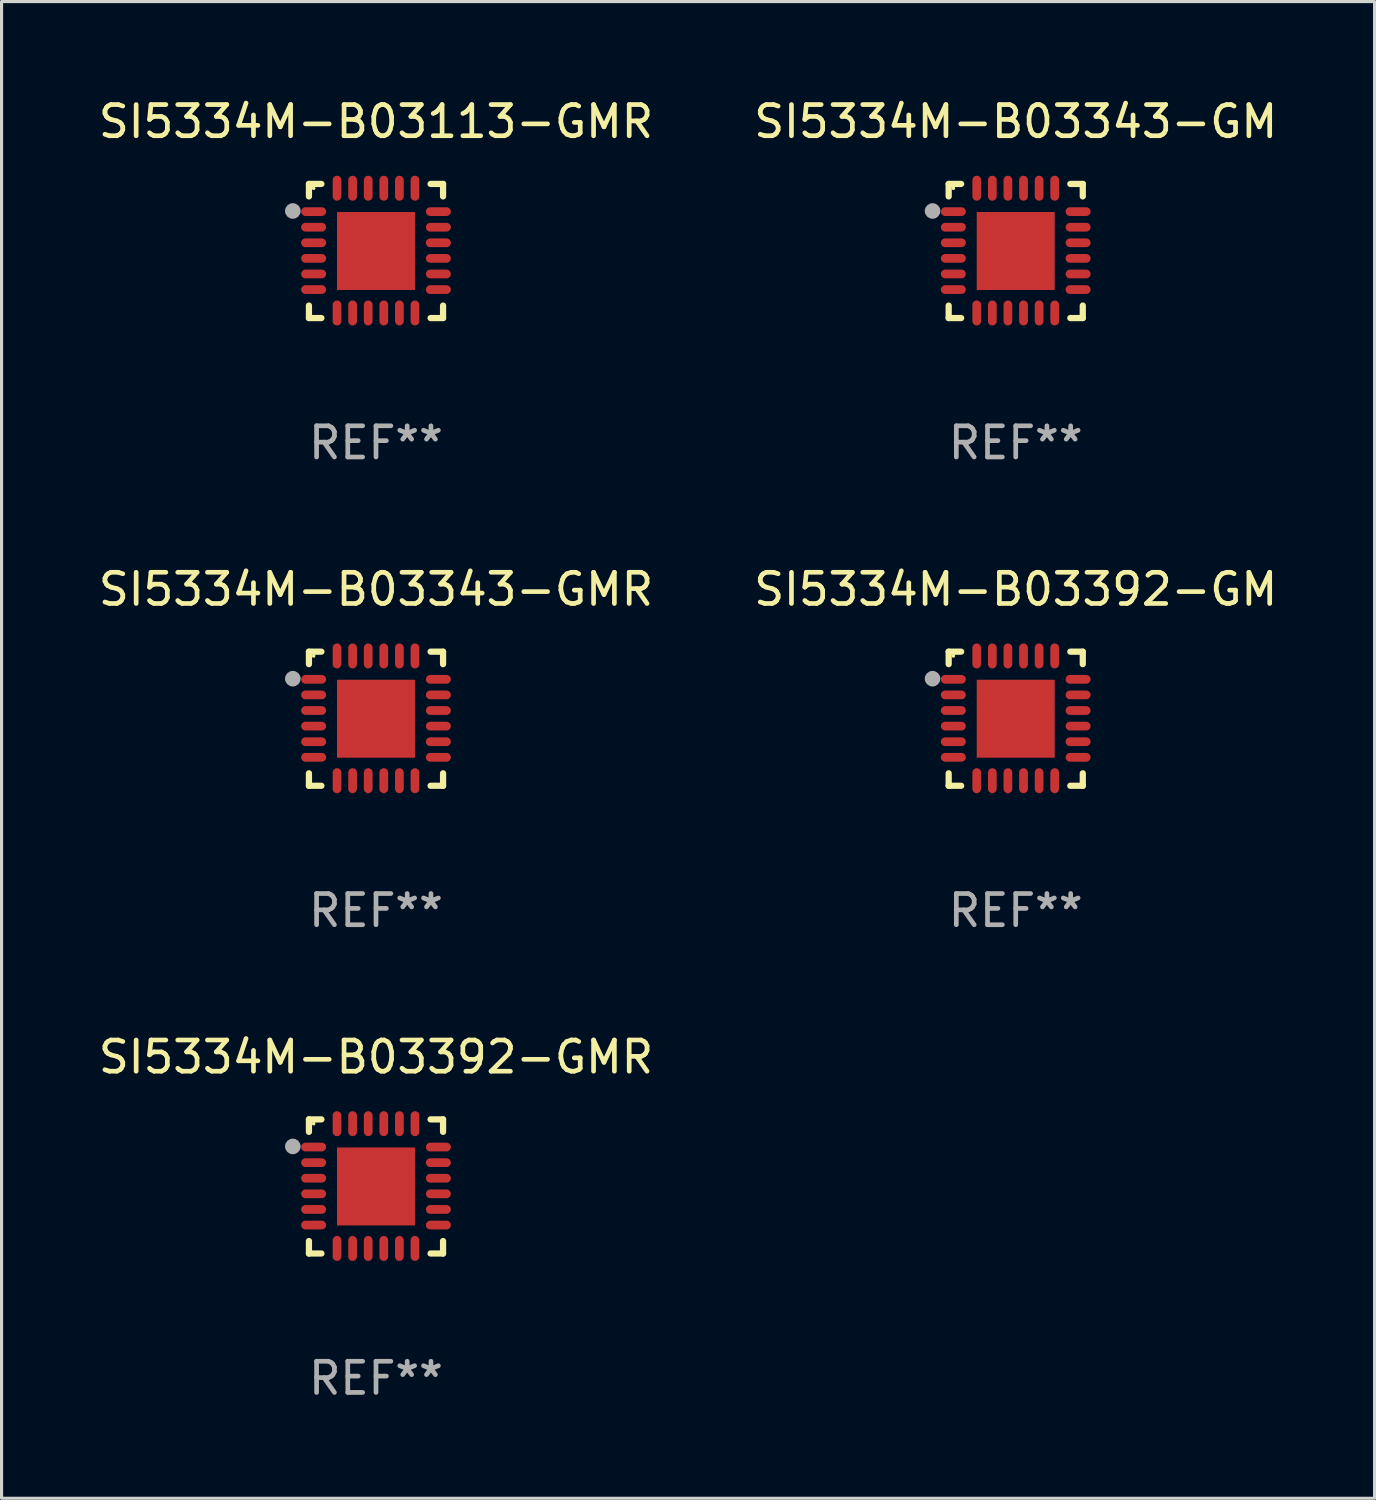
<source format=kicad_pcb>
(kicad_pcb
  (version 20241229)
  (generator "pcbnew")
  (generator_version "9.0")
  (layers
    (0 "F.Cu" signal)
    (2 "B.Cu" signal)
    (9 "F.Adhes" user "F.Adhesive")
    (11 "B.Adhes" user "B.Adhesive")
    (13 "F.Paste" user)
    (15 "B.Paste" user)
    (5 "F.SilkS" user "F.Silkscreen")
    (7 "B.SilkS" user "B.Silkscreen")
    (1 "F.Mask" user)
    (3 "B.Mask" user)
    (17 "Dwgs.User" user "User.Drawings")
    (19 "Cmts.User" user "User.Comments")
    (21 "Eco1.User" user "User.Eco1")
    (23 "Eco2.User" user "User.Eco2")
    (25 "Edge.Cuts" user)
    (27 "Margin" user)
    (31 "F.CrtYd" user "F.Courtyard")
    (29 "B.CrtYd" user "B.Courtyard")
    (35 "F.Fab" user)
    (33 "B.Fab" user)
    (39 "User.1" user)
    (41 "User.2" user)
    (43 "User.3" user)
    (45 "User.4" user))
  (footprint "SI5334M-B03113-GMR"
    (layer "F.Cu")
    (at 9.006 4.998)
    (property "Reference" "SI5334M-B03113-GMR" (at 0 -4.15 0) (layer "F.SilkS") (effects (font (size 1 1) (thickness 0.15))))
    (attr through_hole)
    (fp_line (start -2.15 -2.15) (end -1.75 -2.15) (stroke (width 0.2) (type solid)) (layer "F.SilkS"))
    (fp_line (start -2.15 -1.75) (end -2.15 -2.15) (stroke (width 0.2) (type solid)) (layer "F.SilkS"))
    (fp_line (start -2.15 2.15) (end -2.15 1.75) (stroke (width 0.2) (type solid)) (layer "F.SilkS"))
    (fp_line (start -1.75 2.15) (end -2.15 2.15) (stroke (width 0.2) (type solid)) (layer "F.SilkS"))
    (fp_line (start 1.75 -2.15) (end 2.15 -2.15) (stroke (width 0.2) (type solid)) (layer "F.SilkS"))
    (fp_line (start 1.75 2.15) (end 2.15 2.15) (stroke (width 0.2) (type solid)) (layer "F.SilkS"))
    (fp_line (start 2.15 -2.15) (end 2.15 -1.75) (stroke (width 0.2) (type solid)) (layer "F.SilkS"))
    (fp_line (start 2.15 2.15) (end 2.15 1.75) (stroke (width 0.2) (type solid)) (layer "F.SilkS"))
    (fp_circle (center -2 -2.013) (end -1.97 -2.013) (stroke (width 0.06) (type solid)) (fill no) (layer "F.SilkS"))
    (fp_circle (center -2.667 -1.283) (end -2.542 -1.283) (stroke (width 0.25) (type solid)) (fill no) (layer "F.Fab"))
    (fp_text user "REF**" (at 0 6.15 0) (layer "F.Fab") (effects (font (size 1 1) (thickness 0.15))))
    (pad "1" smd oval (at -2 -1.263) (size 0.8 0.28) (layers "F.Cu" "F.Mask" "F.Paste"))
    (pad "2" smd oval (at -2 -0.763) (size 0.8 0.28) (layers "F.Cu" "F.Mask" "F.Paste"))
    (pad "3" smd oval (at -2 -0.263) (size 0.8 0.28) (layers "F.Cu" "F.Mask" "F.Paste"))
    (pad "4" smd oval (at -2 0.237) (size 0.8 0.28) (layers "F.Cu" "F.Mask" "F.Paste"))
    (pad "5" smd oval (at -2 0.737) (size 0.8 0.28) (layers "F.Cu" "F.Mask" "F.Paste"))
    (pad "6" smd oval (at -2 1.237) (size 0.8 0.28) (layers "F.Cu" "F.Mask" "F.Paste"))
    (pad "7" smd oval (at -1.25 1.987) (size 0.28 0.8) (layers "F.Cu" "F.Mask" "F.Paste"))
    (pad "8" smd oval (at -0.75 1.987) (size 0.28 0.8) (layers "F.Cu" "F.Mask" "F.Paste"))
    (pad "9" smd oval (at -0.25 1.987) (size 0.28 0.8) (layers "F.Cu" "F.Mask" "F.Paste"))
    (pad "10" smd oval (at 0.25 1.987) (size 0.28 0.8) (layers "F.Cu" "F.Mask" "F.Paste"))
    (pad "11" smd oval (at 0.75 1.987) (size 0.28 0.8) (layers "F.Cu" "F.Mask" "F.Paste"))
    (pad "12" smd oval (at 1.25 1.987) (size 0.28 0.8) (layers "F.Cu" "F.Mask" "F.Paste"))
    (pad "13" smd oval (at 2 1.237) (size 0.8 0.28) (layers "F.Cu" "F.Mask" "F.Paste"))
    (pad "14" smd oval (at 2 0.737) (size 0.8 0.28) (layers "F.Cu" "F.Mask" "F.Paste"))
    (pad "15" smd oval (at 2 0.237) (size 0.8 0.28) (layers "F.Cu" "F.Mask" "F.Paste"))
    (pad "16" smd oval (at 2 -0.263) (size 0.8 0.28) (layers "F.Cu" "F.Mask" "F.Paste"))
    (pad "17" smd oval (at 2 -0.763) (size 0.8 0.28) (layers "F.Cu" "F.Mask" "F.Paste"))
    (pad "18" smd oval (at 2 -1.263) (size 0.8 0.28) (layers "F.Cu" "F.Mask" "F.Paste"))
    (pad "19" smd oval (at 1.25 -2.013) (size 0.28 0.8) (layers "F.Cu" "F.Mask" "F.Paste"))
    (pad "20" smd oval (at 0.75 -2.013) (size 0.28 0.8) (layers "F.Cu" "F.Mask" "F.Paste"))
    (pad "21" smd oval (at 0.25 -2.013) (size 0.28 0.8) (layers "F.Cu" "F.Mask" "F.Paste"))
    (pad "22" smd oval (at -0.25 -2.013) (size 0.28 0.8) (layers "F.Cu" "F.Mask" "F.Paste"))
    (pad "23" smd oval (at -0.75 -2.013) (size 0.28 0.8) (layers "F.Cu" "F.Mask" "F.Paste"))
    (pad "24" smd oval (at -1.25 -2.013) (size 0.28 0.8) (layers "F.Cu" "F.Mask" "F.Paste"))
    (pad "25" smd rect (at -0.000127 -0.00014) (size 2.5 2.5) (layers "F.Cu" "F.Mask" "F.Paste")))
  (footprint "SI5334M-B03343-GM"
    (layer "F.Cu")
    (at 29.518 4.998)
    (property "Reference" "SI5334M-B03343-GM" (at 0 -4.15 0) (layer "F.SilkS") (effects (font (size 1 1) (thickness 0.15))))
    (attr through_hole)
    (fp_line (start -2.15 -2.15) (end -1.75 -2.15) (stroke (width 0.2) (type solid)) (layer "F.SilkS"))
    (fp_line (start -2.15 -1.75) (end -2.15 -2.15) (stroke (width 0.2) (type solid)) (layer "F.SilkS"))
    (fp_line (start -2.15 2.15) (end -2.15 1.75) (stroke (width 0.2) (type solid)) (layer "F.SilkS"))
    (fp_line (start -1.75 2.15) (end -2.15 2.15) (stroke (width 0.2) (type solid)) (layer "F.SilkS"))
    (fp_line (start 1.75 -2.15) (end 2.15 -2.15) (stroke (width 0.2) (type solid)) (layer "F.SilkS"))
    (fp_line (start 1.75 2.15) (end 2.15 2.15) (stroke (width 0.2) (type solid)) (layer "F.SilkS"))
    (fp_line (start 2.15 -2.15) (end 2.15 -1.75) (stroke (width 0.2) (type solid)) (layer "F.SilkS"))
    (fp_line (start 2.15 2.15) (end 2.15 1.75) (stroke (width 0.2) (type solid)) (layer "F.SilkS"))
    (fp_circle (center -2 -2.013) (end -1.97 -2.013) (stroke (width 0.06) (type solid)) (fill no) (layer "F.SilkS"))
    (fp_circle (center -2.667 -1.283) (end -2.542 -1.283) (stroke (width 0.25) (type solid)) (fill no) (layer "F.Fab"))
    (fp_text user "REF**" (at 0 6.15 0) (layer "F.Fab") (effects (font (size 1 1) (thickness 0.15))))
    (pad "1" smd oval (at -2 -1.263) (size 0.8 0.28) (layers "F.Cu" "F.Mask" "F.Paste"))
    (pad "2" smd oval (at -2 -0.763) (size 0.8 0.28) (layers "F.Cu" "F.Mask" "F.Paste"))
    (pad "3" smd oval (at -2 -0.263) (size 0.8 0.28) (layers "F.Cu" "F.Mask" "F.Paste"))
    (pad "4" smd oval (at -2 0.237) (size 0.8 0.28) (layers "F.Cu" "F.Mask" "F.Paste"))
    (pad "5" smd oval (at -2 0.737) (size 0.8 0.28) (layers "F.Cu" "F.Mask" "F.Paste"))
    (pad "6" smd oval (at -2 1.237) (size 0.8 0.28) (layers "F.Cu" "F.Mask" "F.Paste"))
    (pad "7" smd oval (at -1.25 1.987) (size 0.28 0.8) (layers "F.Cu" "F.Mask" "F.Paste"))
    (pad "8" smd oval (at -0.75 1.987) (size 0.28 0.8) (layers "F.Cu" "F.Mask" "F.Paste"))
    (pad "9" smd oval (at -0.25 1.987) (size 0.28 0.8) (layers "F.Cu" "F.Mask" "F.Paste"))
    (pad "10" smd oval (at 0.25 1.987) (size 0.28 0.8) (layers "F.Cu" "F.Mask" "F.Paste"))
    (pad "11" smd oval (at 0.75 1.987) (size 0.28 0.8) (layers "F.Cu" "F.Mask" "F.Paste"))
    (pad "12" smd oval (at 1.25 1.987) (size 0.28 0.8) (layers "F.Cu" "F.Mask" "F.Paste"))
    (pad "13" smd oval (at 2 1.237) (size 0.8 0.28) (layers "F.Cu" "F.Mask" "F.Paste"))
    (pad "14" smd oval (at 2 0.737) (size 0.8 0.28) (layers "F.Cu" "F.Mask" "F.Paste"))
    (pad "15" smd oval (at 2 0.237) (size 0.8 0.28) (layers "F.Cu" "F.Mask" "F.Paste"))
    (pad "16" smd oval (at 2 -0.263) (size 0.8 0.28) (layers "F.Cu" "F.Mask" "F.Paste"))
    (pad "17" smd oval (at 2 -0.763) (size 0.8 0.28) (layers "F.Cu" "F.Mask" "F.Paste"))
    (pad "18" smd oval (at 2 -1.263) (size 0.8 0.28) (layers "F.Cu" "F.Mask" "F.Paste"))
    (pad "19" smd oval (at 1.25 -2.013) (size 0.28 0.8) (layers "F.Cu" "F.Mask" "F.Paste"))
    (pad "20" smd oval (at 0.75 -2.013) (size 0.28 0.8) (layers "F.Cu" "F.Mask" "F.Paste"))
    (pad "21" smd oval (at 0.25 -2.013) (size 0.28 0.8) (layers "F.Cu" "F.Mask" "F.Paste"))
    (pad "22" smd oval (at -0.25 -2.013) (size 0.28 0.8) (layers "F.Cu" "F.Mask" "F.Paste"))
    (pad "23" smd oval (at -0.75 -2.013) (size 0.28 0.8) (layers "F.Cu" "F.Mask" "F.Paste"))
    (pad "24" smd oval (at -1.25 -2.013) (size 0.28 0.8) (layers "F.Cu" "F.Mask" "F.Paste"))
    (pad "25" smd rect (at -0.000127 -0.00014) (size 2.5 2.5) (layers "F.Cu" "F.Mask" "F.Paste")))
  (footprint "SI5334M-B03343-GMR"
    (layer "F.Cu")
    (at 9.006 19.995)
    (property "Reference" "SI5334M-B03343-GMR" (at 0 -4.15 0) (layer "F.SilkS") (effects (font (size 1 1) (thickness 0.15))))
    (attr through_hole)
    (fp_line (start -2.15 -2.15) (end -1.75 -2.15) (stroke (width 0.2) (type solid)) (layer "F.SilkS"))
    (fp_line (start -2.15 -1.75) (end -2.15 -2.15) (stroke (width 0.2) (type solid)) (layer "F.SilkS"))
    (fp_line (start -2.15 2.15) (end -2.15 1.75) (stroke (width 0.2) (type solid)) (layer "F.SilkS"))
    (fp_line (start -1.75 2.15) (end -2.15 2.15) (stroke (width 0.2) (type solid)) (layer "F.SilkS"))
    (fp_line (start 1.75 -2.15) (end 2.15 -2.15) (stroke (width 0.2) (type solid)) (layer "F.SilkS"))
    (fp_line (start 1.75 2.15) (end 2.15 2.15) (stroke (width 0.2) (type solid)) (layer "F.SilkS"))
    (fp_line (start 2.15 -2.15) (end 2.15 -1.75) (stroke (width 0.2) (type solid)) (layer "F.SilkS"))
    (fp_line (start 2.15 2.15) (end 2.15 1.75) (stroke (width 0.2) (type solid)) (layer "F.SilkS"))
    (fp_circle (center -2 -2.013) (end -1.97 -2.013) (stroke (width 0.06) (type solid)) (fill no) (layer "F.SilkS"))
    (fp_circle (center -2.667 -1.283) (end -2.542 -1.283) (stroke (width 0.25) (type solid)) (fill no) (layer "F.Fab"))
    (fp_text user "REF**" (at 0 6.15 0) (layer "F.Fab") (effects (font (size 1 1) (thickness 0.15))))
    (pad "1" smd oval (at -2 -1.263) (size 0.8 0.28) (layers "F.Cu" "F.Mask" "F.Paste"))
    (pad "2" smd oval (at -2 -0.763) (size 0.8 0.28) (layers "F.Cu" "F.Mask" "F.Paste"))
    (pad "3" smd oval (at -2 -0.263) (size 0.8 0.28) (layers "F.Cu" "F.Mask" "F.Paste"))
    (pad "4" smd oval (at -2 0.237) (size 0.8 0.28) (layers "F.Cu" "F.Mask" "F.Paste"))
    (pad "5" smd oval (at -2 0.737) (size 0.8 0.28) (layers "F.Cu" "F.Mask" "F.Paste"))
    (pad "6" smd oval (at -2 1.237) (size 0.8 0.28) (layers "F.Cu" "F.Mask" "F.Paste"))
    (pad "7" smd oval (at -1.25 1.987) (size 0.28 0.8) (layers "F.Cu" "F.Mask" "F.Paste"))
    (pad "8" smd oval (at -0.75 1.987) (size 0.28 0.8) (layers "F.Cu" "F.Mask" "F.Paste"))
    (pad "9" smd oval (at -0.25 1.987) (size 0.28 0.8) (layers "F.Cu" "F.Mask" "F.Paste"))
    (pad "10" smd oval (at 0.25 1.987) (size 0.28 0.8) (layers "F.Cu" "F.Mask" "F.Paste"))
    (pad "11" smd oval (at 0.75 1.987) (size 0.28 0.8) (layers "F.Cu" "F.Mask" "F.Paste"))
    (pad "12" smd oval (at 1.25 1.987) (size 0.28 0.8) (layers "F.Cu" "F.Mask" "F.Paste"))
    (pad "13" smd oval (at 2 1.237) (size 0.8 0.28) (layers "F.Cu" "F.Mask" "F.Paste"))
    (pad "14" smd oval (at 2 0.737) (size 0.8 0.28) (layers "F.Cu" "F.Mask" "F.Paste"))
    (pad "15" smd oval (at 2 0.237) (size 0.8 0.28) (layers "F.Cu" "F.Mask" "F.Paste"))
    (pad "16" smd oval (at 2 -0.263) (size 0.8 0.28) (layers "F.Cu" "F.Mask" "F.Paste"))
    (pad "17" smd oval (at 2 -0.763) (size 0.8 0.28) (layers "F.Cu" "F.Mask" "F.Paste"))
    (pad "18" smd oval (at 2 -1.263) (size 0.8 0.28) (layers "F.Cu" "F.Mask" "F.Paste"))
    (pad "19" smd oval (at 1.25 -2.013) (size 0.28 0.8) (layers "F.Cu" "F.Mask" "F.Paste"))
    (pad "20" smd oval (at 0.75 -2.013) (size 0.28 0.8) (layers "F.Cu" "F.Mask" "F.Paste"))
    (pad "21" smd oval (at 0.25 -2.013) (size 0.28 0.8) (layers "F.Cu" "F.Mask" "F.Paste"))
    (pad "22" smd oval (at -0.25 -2.013) (size 0.28 0.8) (layers "F.Cu" "F.Mask" "F.Paste"))
    (pad "23" smd oval (at -0.75 -2.013) (size 0.28 0.8) (layers "F.Cu" "F.Mask" "F.Paste"))
    (pad "24" smd oval (at -1.25 -2.013) (size 0.28 0.8) (layers "F.Cu" "F.Mask" "F.Paste"))
    (pad "25" smd rect (at -0.000127 -0.00014) (size 2.5 2.5) (layers "F.Cu" "F.Mask" "F.Paste")))
  (footprint "SI5334M-B03392-GMR"
    (layer "F.Cu")
    (at 9.006 34.992)
    (property "Reference" "SI5334M-B03392-GMR" (at 0 -4.15 0) (layer "F.SilkS") (effects (font (size 1 1) (thickness 0.15))))
    (attr through_hole)
    (fp_line (start -2.15 -2.15) (end -1.75 -2.15) (stroke (width 0.2) (type solid)) (layer "F.SilkS"))
    (fp_line (start -2.15 -1.75) (end -2.15 -2.15) (stroke (width 0.2) (type solid)) (layer "F.SilkS"))
    (fp_line (start -2.15 2.15) (end -2.15 1.75) (stroke (width 0.2) (type solid)) (layer "F.SilkS"))
    (fp_line (start -1.75 2.15) (end -2.15 2.15) (stroke (width 0.2) (type solid)) (layer "F.SilkS"))
    (fp_line (start 1.75 -2.15) (end 2.15 -2.15) (stroke (width 0.2) (type solid)) (layer "F.SilkS"))
    (fp_line (start 1.75 2.15) (end 2.15 2.15) (stroke (width 0.2) (type solid)) (layer "F.SilkS"))
    (fp_line (start 2.15 -2.15) (end 2.15 -1.75) (stroke (width 0.2) (type solid)) (layer "F.SilkS"))
    (fp_line (start 2.15 2.15) (end 2.15 1.75) (stroke (width 0.2) (type solid)) (layer "F.SilkS"))
    (fp_circle (center -2 -2.013) (end -1.97 -2.013) (stroke (width 0.06) (type solid)) (fill no) (layer "F.SilkS"))
    (fp_circle (center -2.667 -1.283) (end -2.542 -1.283) (stroke (width 0.25) (type solid)) (fill no) (layer "F.Fab"))
    (fp_text user "REF**" (at 0 6.15 0) (layer "F.Fab") (effects (font (size 1 1) (thickness 0.15))))
    (pad "1" smd oval (at -2 -1.263) (size 0.8 0.28) (layers "F.Cu" "F.Mask" "F.Paste"))
    (pad "2" smd oval (at -2 -0.763) (size 0.8 0.28) (layers "F.Cu" "F.Mask" "F.Paste"))
    (pad "3" smd oval (at -2 -0.263) (size 0.8 0.28) (layers "F.Cu" "F.Mask" "F.Paste"))
    (pad "4" smd oval (at -2 0.237) (size 0.8 0.28) (layers "F.Cu" "F.Mask" "F.Paste"))
    (pad "5" smd oval (at -2 0.737) (size 0.8 0.28) (layers "F.Cu" "F.Mask" "F.Paste"))
    (pad "6" smd oval (at -2 1.237) (size 0.8 0.28) (layers "F.Cu" "F.Mask" "F.Paste"))
    (pad "7" smd oval (at -1.25 1.987) (size 0.28 0.8) (layers "F.Cu" "F.Mask" "F.Paste"))
    (pad "8" smd oval (at -0.75 1.987) (size 0.28 0.8) (layers "F.Cu" "F.Mask" "F.Paste"))
    (pad "9" smd oval (at -0.25 1.987) (size 0.28 0.8) (layers "F.Cu" "F.Mask" "F.Paste"))
    (pad "10" smd oval (at 0.25 1.987) (size 0.28 0.8) (layers "F.Cu" "F.Mask" "F.Paste"))
    (pad "11" smd oval (at 0.75 1.987) (size 0.28 0.8) (layers "F.Cu" "F.Mask" "F.Paste"))
    (pad "12" smd oval (at 1.25 1.987) (size 0.28 0.8) (layers "F.Cu" "F.Mask" "F.Paste"))
    (pad "13" smd oval (at 2 1.237) (size 0.8 0.28) (layers "F.Cu" "F.Mask" "F.Paste"))
    (pad "14" smd oval (at 2 0.737) (size 0.8 0.28) (layers "F.Cu" "F.Mask" "F.Paste"))
    (pad "15" smd oval (at 2 0.237) (size 0.8 0.28) (layers "F.Cu" "F.Mask" "F.Paste"))
    (pad "16" smd oval (at 2 -0.263) (size 0.8 0.28) (layers "F.Cu" "F.Mask" "F.Paste"))
    (pad "17" smd oval (at 2 -0.763) (size 0.8 0.28) (layers "F.Cu" "F.Mask" "F.Paste"))
    (pad "18" smd oval (at 2 -1.263) (size 0.8 0.28) (layers "F.Cu" "F.Mask" "F.Paste"))
    (pad "19" smd oval (at 1.25 -2.013) (size 0.28 0.8) (layers "F.Cu" "F.Mask" "F.Paste"))
    (pad "20" smd oval (at 0.75 -2.013) (size 0.28 0.8) (layers "F.Cu" "F.Mask" "F.Paste"))
    (pad "21" smd oval (at 0.25 -2.013) (size 0.28 0.8) (layers "F.Cu" "F.Mask" "F.Paste"))
    (pad "22" smd oval (at -0.25 -2.013) (size 0.28 0.8) (layers "F.Cu" "F.Mask" "F.Paste"))
    (pad "23" smd oval (at -0.75 -2.013) (size 0.28 0.8) (layers "F.Cu" "F.Mask" "F.Paste"))
    (pad "24" smd oval (at -1.25 -2.013) (size 0.28 0.8) (layers "F.Cu" "F.Mask" "F.Paste"))
    (pad "25" smd rect (at -0.000127 -0.00014) (size 2.5 2.5) (layers "F.Cu" "F.Mask" "F.Paste")))
  (footprint "SI5334M-B03392-GM"
    (layer "F.Cu")
    (at 29.518 19.995)
    (property "Reference" "SI5334M-B03392-GM" (at 0 -4.15 0) (layer "F.SilkS") (effects (font (size 1 1) (thickness 0.15))))
    (attr through_hole)
    (fp_line (start -2.15 -2.15) (end -1.75 -2.15) (stroke (width 0.2) (type solid)) (layer "F.SilkS"))
    (fp_line (start -2.15 -1.75) (end -2.15 -2.15) (stroke (width 0.2) (type solid)) (layer "F.SilkS"))
    (fp_line (start -2.15 2.15) (end -2.15 1.75) (stroke (width 0.2) (type solid)) (layer "F.SilkS"))
    (fp_line (start -1.75 2.15) (end -2.15 2.15) (stroke (width 0.2) (type solid)) (layer "F.SilkS"))
    (fp_line (start 1.75 -2.15) (end 2.15 -2.15) (stroke (width 0.2) (type solid)) (layer "F.SilkS"))
    (fp_line (start 1.75 2.15) (end 2.15 2.15) (stroke (width 0.2) (type solid)) (layer "F.SilkS"))
    (fp_line (start 2.15 -2.15) (end 2.15 -1.75) (stroke (width 0.2) (type solid)) (layer "F.SilkS"))
    (fp_line (start 2.15 2.15) (end 2.15 1.75) (stroke (width 0.2) (type solid)) (layer "F.SilkS"))
    (fp_circle (center -2 -2.013) (end -1.97 -2.013) (stroke (width 0.06) (type solid)) (fill no) (layer "F.SilkS"))
    (fp_circle (center -2.667 -1.283) (end -2.542 -1.283) (stroke (width 0.25) (type solid)) (fill no) (layer "F.Fab"))
    (fp_text user "REF**" (at 0 6.15 0) (layer "F.Fab") (effects (font (size 1 1) (thickness 0.15))))
    (pad "1" smd oval (at -2 -1.263) (size 0.8 0.28) (layers "F.Cu" "F.Mask" "F.Paste"))
    (pad "2" smd oval (at -2 -0.763) (size 0.8 0.28) (layers "F.Cu" "F.Mask" "F.Paste"))
    (pad "3" smd oval (at -2 -0.263) (size 0.8 0.28) (layers "F.Cu" "F.Mask" "F.Paste"))
    (pad "4" smd oval (at -2 0.237) (size 0.8 0.28) (layers "F.Cu" "F.Mask" "F.Paste"))
    (pad "5" smd oval (at -2 0.737) (size 0.8 0.28) (layers "F.Cu" "F.Mask" "F.Paste"))
    (pad "6" smd oval (at -2 1.237) (size 0.8 0.28) (layers "F.Cu" "F.Mask" "F.Paste"))
    (pad "7" smd oval (at -1.25 1.987) (size 0.28 0.8) (layers "F.Cu" "F.Mask" "F.Paste"))
    (pad "8" smd oval (at -0.75 1.987) (size 0.28 0.8) (layers "F.Cu" "F.Mask" "F.Paste"))
    (pad "9" smd oval (at -0.25 1.987) (size 0.28 0.8) (layers "F.Cu" "F.Mask" "F.Paste"))
    (pad "10" smd oval (at 0.25 1.987) (size 0.28 0.8) (layers "F.Cu" "F.Mask" "F.Paste"))
    (pad "11" smd oval (at 0.75 1.987) (size 0.28 0.8) (layers "F.Cu" "F.Mask" "F.Paste"))
    (pad "12" smd oval (at 1.25 1.987) (size 0.28 0.8) (layers "F.Cu" "F.Mask" "F.Paste"))
    (pad "13" smd oval (at 2 1.237) (size 0.8 0.28) (layers "F.Cu" "F.Mask" "F.Paste"))
    (pad "14" smd oval (at 2 0.737) (size 0.8 0.28) (layers "F.Cu" "F.Mask" "F.Paste"))
    (pad "15" smd oval (at 2 0.237) (size 0.8 0.28) (layers "F.Cu" "F.Mask" "F.Paste"))
    (pad "16" smd oval (at 2 -0.263) (size 0.8 0.28) (layers "F.Cu" "F.Mask" "F.Paste"))
    (pad "17" smd oval (at 2 -0.763) (size 0.8 0.28) (layers "F.Cu" "F.Mask" "F.Paste"))
    (pad "18" smd oval (at 2 -1.263) (size 0.8 0.28) (layers "F.Cu" "F.Mask" "F.Paste"))
    (pad "19" smd oval (at 1.25 -2.013) (size 0.28 0.8) (layers "F.Cu" "F.Mask" "F.Paste"))
    (pad "20" smd oval (at 0.75 -2.013) (size 0.28 0.8) (layers "F.Cu" "F.Mask" "F.Paste"))
    (pad "21" smd oval (at 0.25 -2.013) (size 0.28 0.8) (layers "F.Cu" "F.Mask" "F.Paste"))
    (pad "22" smd oval (at -0.25 -2.013) (size 0.28 0.8) (layers "F.Cu" "F.Mask" "F.Paste"))
    (pad "23" smd oval (at -0.75 -2.013) (size 0.28 0.8) (layers "F.Cu" "F.Mask" "F.Paste"))
    (pad "24" smd oval (at -1.25 -2.013) (size 0.28 0.8) (layers "F.Cu" "F.Mask" "F.Paste"))
    (pad "25" smd rect (at -0.000127 -0.00014) (size 2.5 2.5) (layers "F.Cu" "F.Mask" "F.Paste")))
  (gr_rect
    (start -3 -3)
    (end 41.024 44.99)
    (stroke (width 0.1) (type default))
    (fill no)
    (layer "Edge.Cuts")))
</source>
